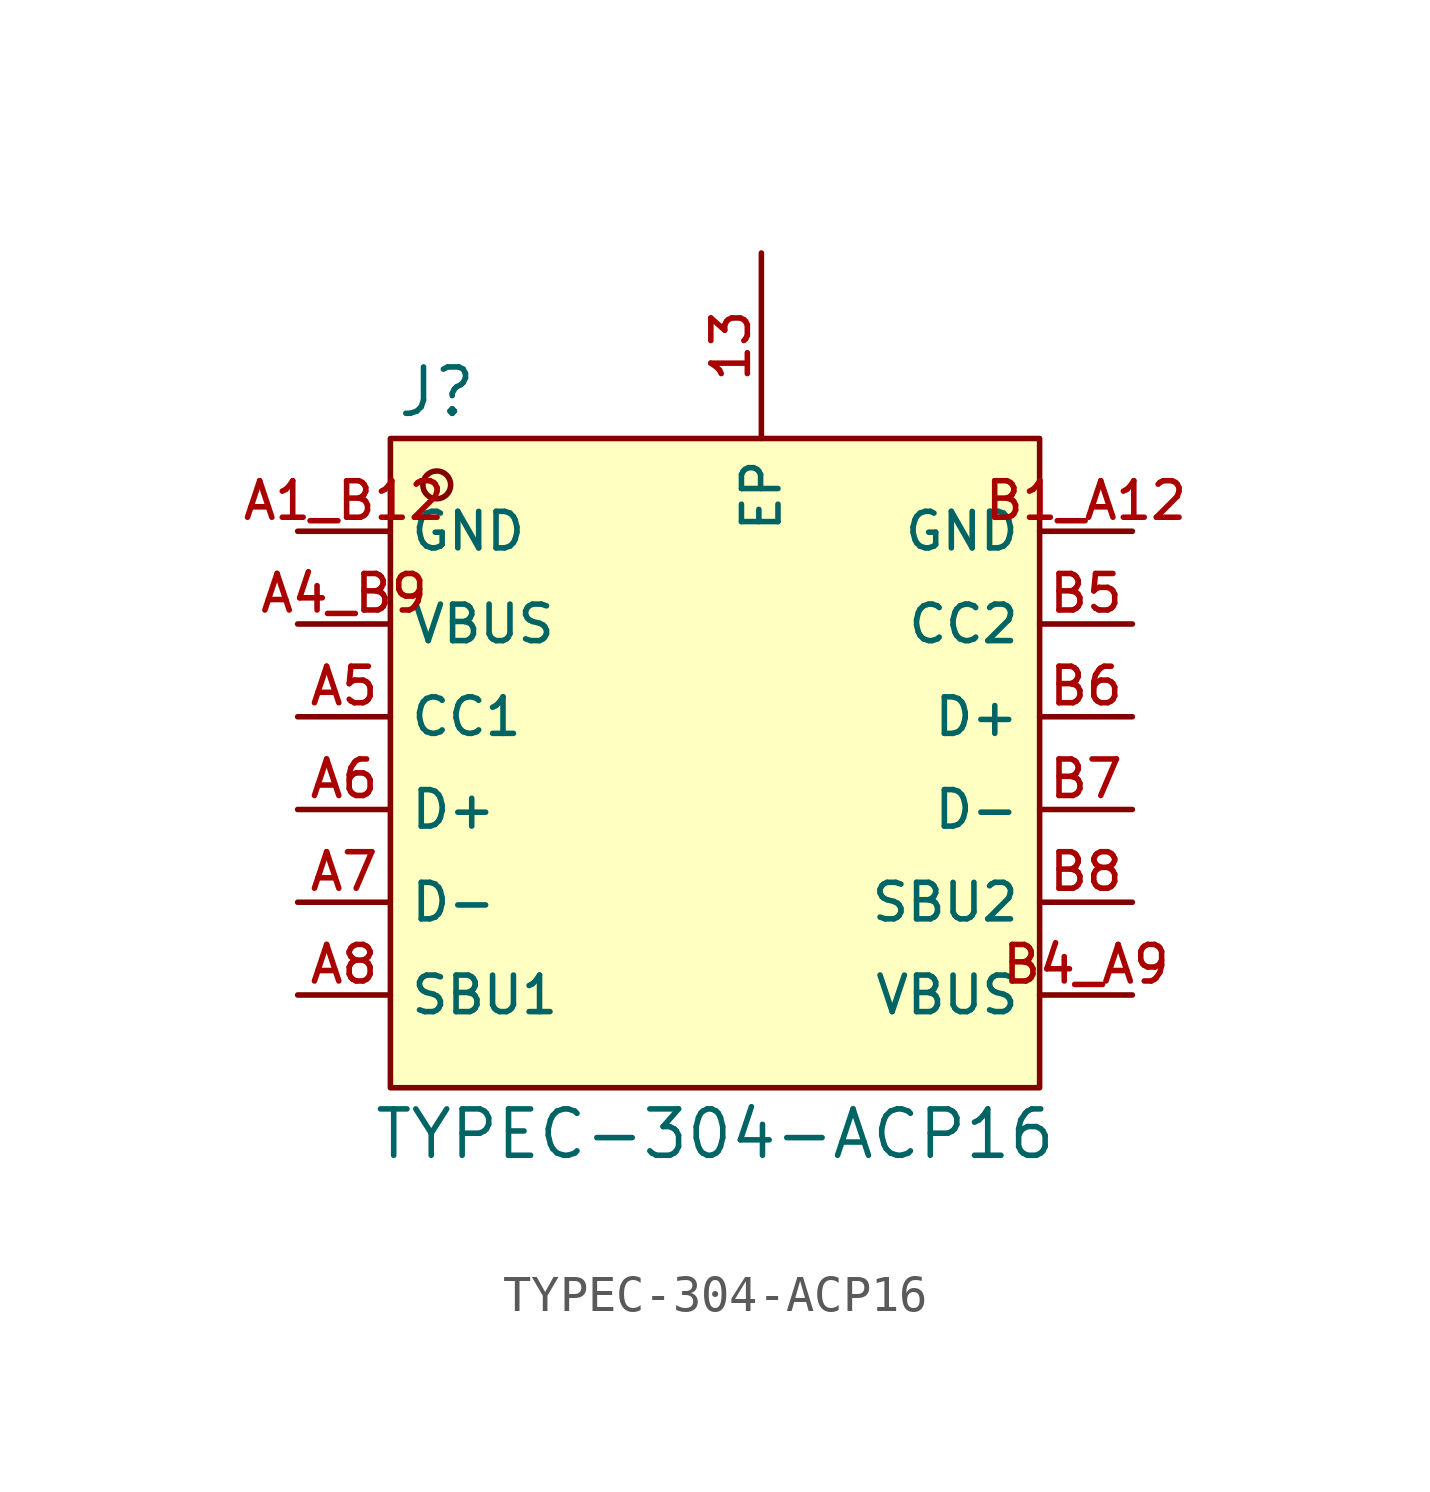
<source format=kicad_sym>
(kicad_symbol_lib
  (version 20220914)
  (generator kicad_symbol_editor)
  (symbol "TYPEC-304-ACP16"
    (property "Reference" "J"
      (at -6.35 8.89 0)
      (effects (font (size 1.27 1.27))))
    (property "Value" "TYPEC-304-ACP16"
      (at 1.27 -11.43 0)
      (effects (font (size 1.27 1.27))))
    (symbol "TYPEC-304-ACP16_0_1"
      (rectangle (start -7.62 7.62) (end 10.16 -10.16) (stroke (width 0) (type default)) (fill (type background)))
      (circle (center -6.35 6.35) (radius 0.381) (stroke (width 0) (type default)) (fill (type background)))
      (pin unspecified line (at 2.54 12.7 270) (length 5.08) (name "EP" (effects (font (size 1 1)))) (number "13" (effects (font (size 1 1)))))
      (pin unspecified line (at -10.16 5.08 0) (length 2.54) (name "GND" (effects (font (size 1 1)))) (number "A1_B12" (effects (font (size 1 1)))))
      (pin unspecified line (at -10.16 2.54 0) (length 2.54) (name "VBUS" (effects (font (size 1 1)))) (number "A4_B9" (effects (font (size 1 1)))))
      (pin unspecified line (at -10.16 0 0) (length 2.54) (name "CC1" (effects (font (size 1 1)))) (number "A5" (effects (font (size 1 1)))))
      (pin unspecified line (at -10.16 -2.54 0) (length 2.54) (name "D+" (effects (font (size 1 1)))) (number "A6" (effects (font (size 1 1)))))
      (pin unspecified line (at -10.16 -5.08 0) (length 2.54) (name "D-" (effects (font (size 1 1)))) (number "A7" (effects (font (size 1 1)))))
      (pin unspecified line (at -10.16 -7.62 0) (length 2.54) (name "SBU1" (effects (font (size 1 1)))) (number "A8" (effects (font (size 1 1)))))
      (pin unspecified line (at 12.7 5.08 180) (length 2.54) (name "GND" (effects (font (size 1 1)))) (number "B1_A12" (effects (font (size 1 1)))))
      (pin unspecified line (at 12.7 -7.62 180) (length 2.54) (name "VBUS" (effects (font (size 1 1)))) (number "B4_A9" (effects (font (size 1 1)))))
      (pin unspecified line (at 12.7 2.54 180) (length 2.54) (name "CC2" (effects (font (size 1 1)))) (number "B5" (effects (font (size 1 1)))))
      (pin unspecified line (at 12.7 0 180) (length 2.54) (name "D+" (effects (font (size 1 1)))) (number "B6" (effects (font (size 1 1)))))
      (pin unspecified line (at 12.7 -2.54 180) (length 2.54) (name "D-" (effects (font (size 1 1)))) (number "B7" (effects (font (size 1 1)))))
      (pin unspecified line (at 12.7 -5.08 180) (length 2.54) (name "SBU2" (effects (font (size 1 1)))) (number "B8" (effects (font (size 1 1))))))))
</source>
